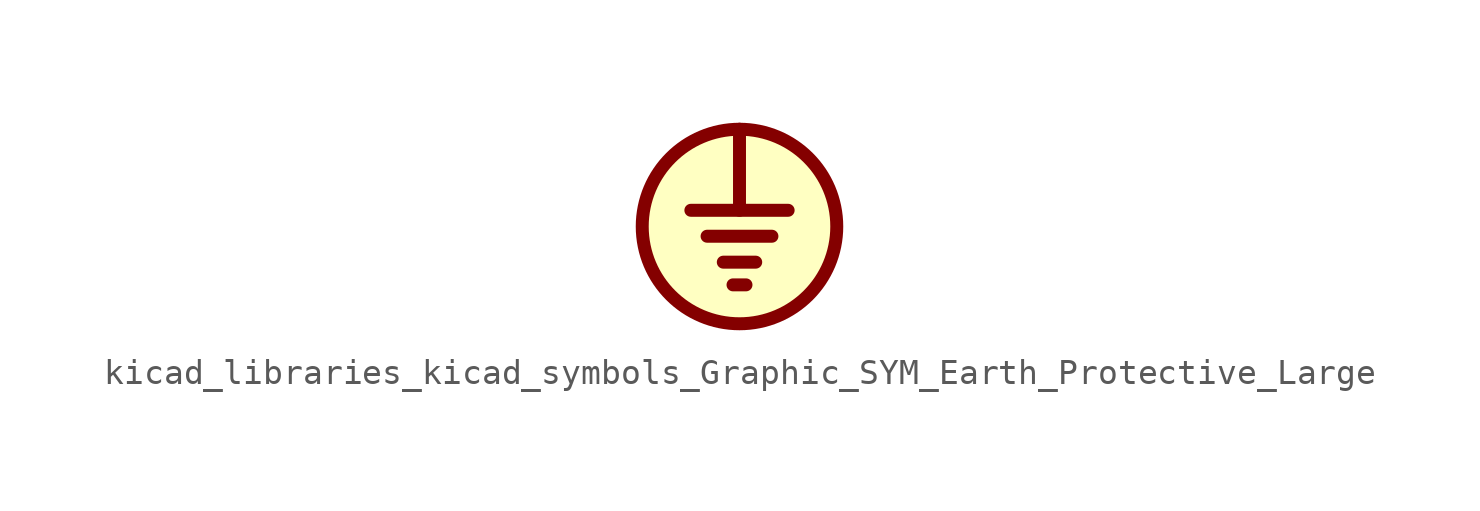
<source format=kicad_sym>
(kicad_symbol_lib
  (version 20220914)
  (generator kicad_symbol_editor)
  (symbol "kicad_libraries_kicad_symbols_Graphic_SYM_Earth_Protective_Large"
    (property "Reference" "#SYM"
      (at 0 5.08 0)
      (effects (font (size 1.27 1.27)) hide))
    (symbol "kicad_libraries_kicad_symbols_Graphic_SYM_Earth_Protective_Large_0_1"
      (polyline (pts (xy -1.27 -0.381) (xy 1.27 -0.381)) (stroke (width 0.508) (type default)) (fill (type none)))
      (polyline (pts (xy -0.254 -2.286) (xy 0.254 -2.286)) (stroke (width 0.508) (type default)) (fill (type none)))
      (polyline (pts (xy 0 0.635) (xy 0 3.81)) (stroke (width 0.508) (type default)) (fill (type none)))
      (polyline (pts (xy 1.905 0.635) (xy -1.905 0.635)) (stroke (width 0.508) (type default)) (fill (type none)))
      (polyline (pts (xy 0.635 -1.397) (xy -0.635 -1.397) (xy 0.635 -1.397)) (stroke (width 0.508) (type default)) (fill (type none)))
      (circle (center 0 0) (radius 3.81) (stroke (width 0.508) (type default)) (fill (type background))))))
</source>
